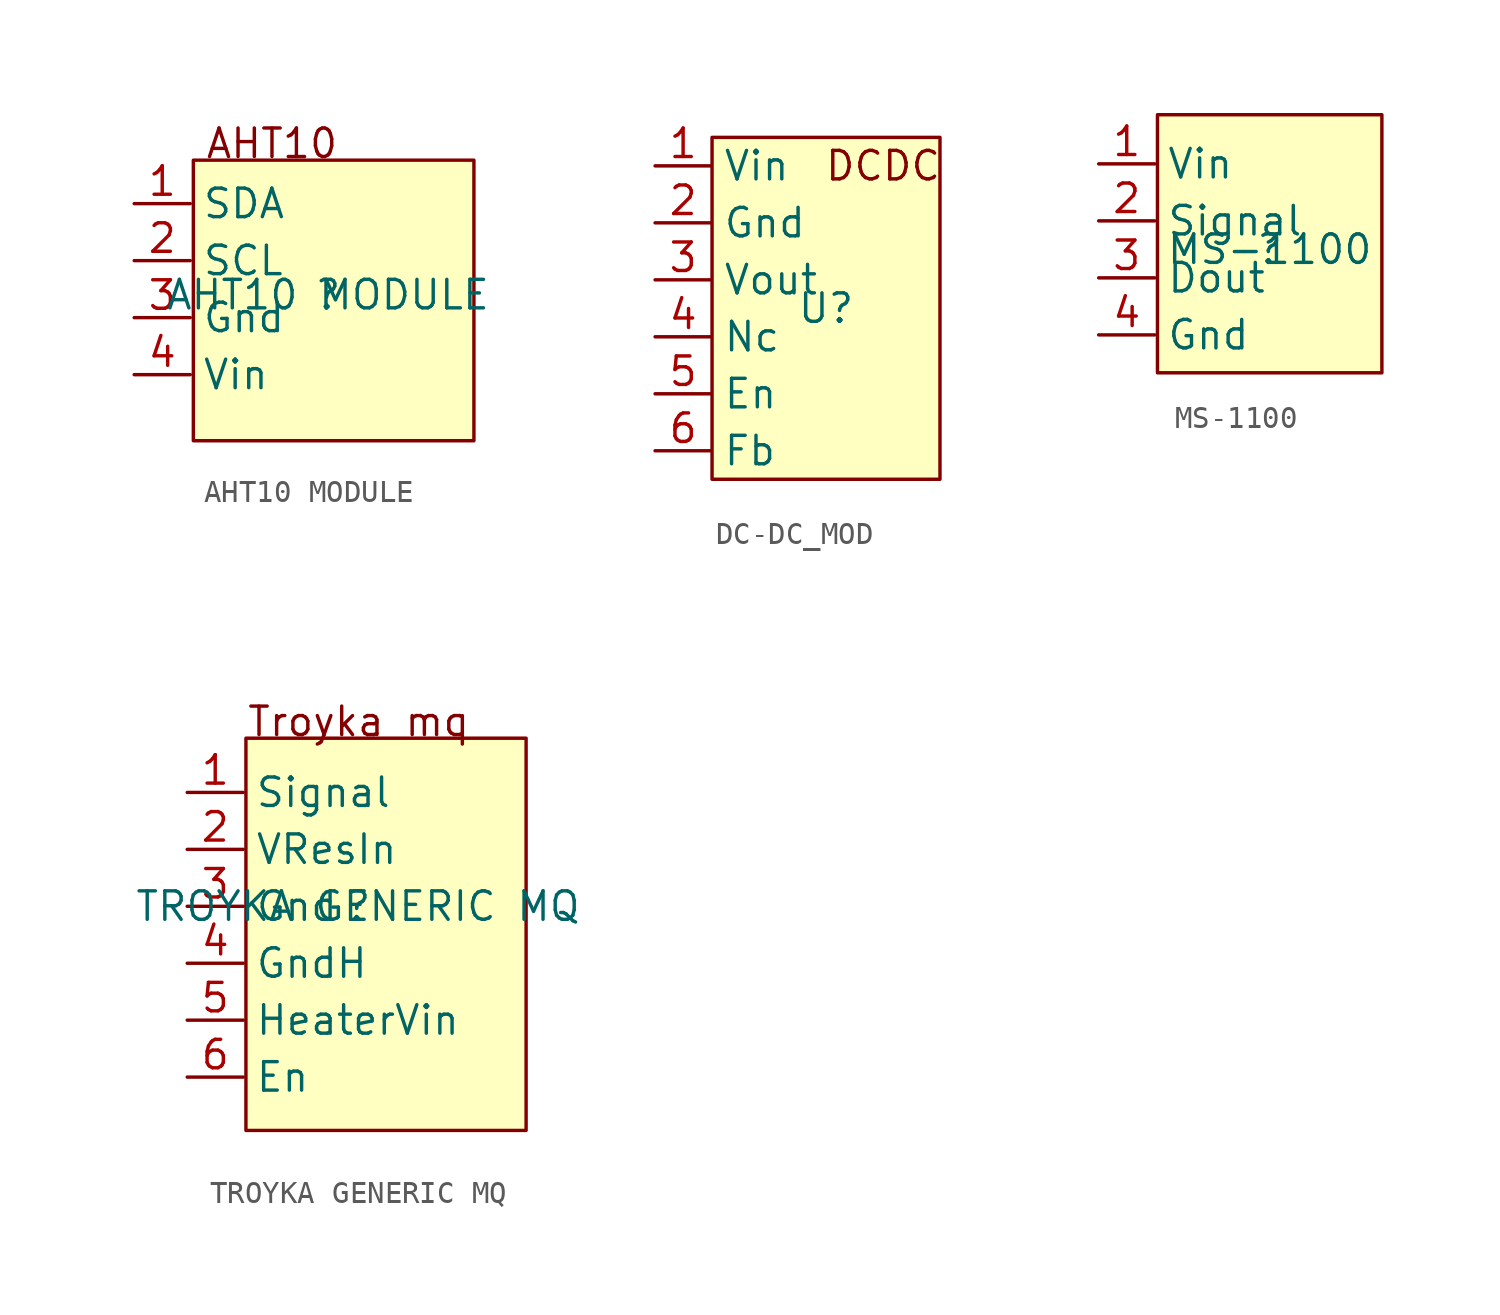
<source format=kicad_sym>
(kicad_symbol_lib
  (version 20220914)
  (generator kicad_symbol_editor)
  (symbol "AHT10 MODULE"
    (property "Reference" ""
      (at 1.016 -0.254 0)
      (effects (font (size 1.27 1.27))))
    (property "Value" "AHT10 MODULE"
      (at 1.016 -0.254 0)
      (effects (font (size 1.27 1.27))))
    (symbol "AHT10 MODULE_1_0"
      (rectangle (start -4.984 5.746) (end 7.516 -6.754) (stroke (width 0) (type solid)) (fill (type background)))
      (text "AHT10" (at -4.484 5.746 0) (effects (font (size 1.27 1.27)) (justify left bottom)))
      (pin power_in line (at -7.62 3.81 0) (length 2.5) (name "SDA" (effects (font (size 1.27 1.27)))) (number "1" (effects (font (size 1.27 1.27)))))
      (pin power_in line (at -7.62 1.27 0) (length 2.5) (name "SCL" (effects (font (size 1.27 1.27)))) (number "2" (effects (font (size 1.27 1.27)))))
      (pin power_in line (at -7.62 -1.27 0) (length 2.5) (name "Gnd" (effects (font (size 1.27 1.27)))) (number "3" (effects (font (size 1.27 1.27)))))
      (pin power_in line (at -7.62 -3.81 0) (length 2.5) (name "Vin" (effects (font (size 1.27 1.27)))) (number "4" (effects (font (size 1.27 1.27)))))))
  (symbol "DC-DC_MOD"
    (property "Reference" "U"
      (at 0 0 0)
      (effects (font (size 1.27 1.27))))
    (property "Value" ""
      (at -7.62 -6.35 0)
      (effects (font (size 1.27 1.27))))
    (symbol "DC-DC_MOD_0_1"
      (rectangle (start -5.08 7.62) (end 5.08 -7.62) (stroke (width 0) (type default)) (fill (type background)))
      (text "DCDC" (at 2.54 6.35 0) (effects (font (size 1.27 1.27)))))
    (symbol "DC-DC_MOD_1_0"
      (pin power_in line (at -7.62 6.35 0) (length 2.5) (name "Vin" (effects (font (size 1.27 1.27)))) (number "1" (effects (font (size 1.27 1.27)))))
      (pin power_in line (at -7.62 3.81 0) (length 2.5) (name "Gnd" (effects (font (size 1.27 1.27)))) (number "2" (effects (font (size 1.27 1.27)))))
      (pin power_in line (at -7.62 1.27 0) (length 2.5) (name "Vout" (effects (font (size 1.27 1.27)))) (number "3" (effects (font (size 1.27 1.27)))))
      (pin power_in line (at -7.62 -1.27 0) (length 2.5) (name "Nc" (effects (font (size 1.27 1.27)))) (number "4" (effects (font (size 1.27 1.27)))))
      (pin power_in line (at -7.62 -3.81 0) (length 2.5) (name "En" (effects (font (size 1.27 1.27)))) (number "5" (effects (font (size 1.27 1.27)))))
      (pin power_in line (at -7.62 -6.35 0) (length 2.5) (name "Fb" (effects (font (size 1.27 1.27)))) (number "6" (effects (font (size 1.27 1.27)))))))
  (symbol "MS-1100"
    (property "Reference" ""
      (at 0 0 0)
      (effects (font (size 1.27 1.27))))
    (property "Value" "MS-1100"
      (at 0 0 0)
      (effects (font (size 1.27 1.27))))
    (symbol "MS-1100_1_0"
      (rectangle (start 5 6) (end -5 -5.5) (stroke (width 0) (type solid)) (fill (type background)))
      (pin power_in line (at -7.62 3.81 0) (length 2.5) (name "Vin" (effects (font (size 1.27 1.27)))) (number "1" (effects (font (size 1.27 1.27)))))
      (pin power_in line (at -7.62 1.27 0) (length 2.5) (name "Signal" (effects (font (size 1.27 1.27)))) (number "2" (effects (font (size 1.27 1.27)))))
      (pin power_in line (at -7.62 -1.27 0) (length 2.5) (name "Dout" (effects (font (size 1.27 1.27)))) (number "3" (effects (font (size 1.27 1.27)))))
      (pin power_in line (at -7.62 -3.81 0) (length 2.5) (name "Gnd" (effects (font (size 1.27 1.27)))) (number "4" (effects (font (size 1.27 1.27)))))))
  (symbol "TROYKA GENERIC MQ"
    (property "Reference" ""
      (at 0 0 0)
      (effects (font (size 1.27 1.27))))
    (property "Value" "TROYKA GENERIC MQ"
      (at 0 0 0)
      (effects (font (size 1.27 1.27))))
    (symbol "TROYKA GENERIC MQ_1_0"
      (rectangle (start 7.5 7.5) (end -5 -10) (stroke (width 0) (type solid)) (fill (type background)))
      (text "Troyka mq" (at -5 7.5 0) (effects (font (size 1.27 1.27)) (justify left bottom)))
      (pin output line (at -7.62 5.08 0) (length 2.5) (name "Signal" (effects (font (size 1.27 1.27)))) (number "1" (effects (font (size 1.27 1.27)))))
      (pin power_in line (at -7.62 2.54 0) (length 2.5) (name "VResIn" (effects (font (size 1.27 1.27)))) (number "2" (effects (font (size 1.27 1.27)))))
      (pin power_in line (at -7.62 0 0) (length 2.5) (name "Gnd" (effects (font (size 1.27 1.27)))) (number "3" (effects (font (size 1.27 1.27)))))
      (pin power_in line (at -7.62 -2.54 0) (length 2.5) (name "GndH" (effects (font (size 1.27 1.27)))) (number "4" (effects (font (size 1.27 1.27)))))
      (pin power_in line (at -7.62 -5.08 0) (length 2.5) (name "HeaterVin" (effects (font (size 1.27 1.27)))) (number "5" (effects (font (size 1.27 1.27)))))
      (pin input line (at -7.62 -7.62 0) (length 2.5) (name "En" (effects (font (size 1.27 1.27)))) (number "6" (effects (font (size 1.27 1.27))))))))
</source>
